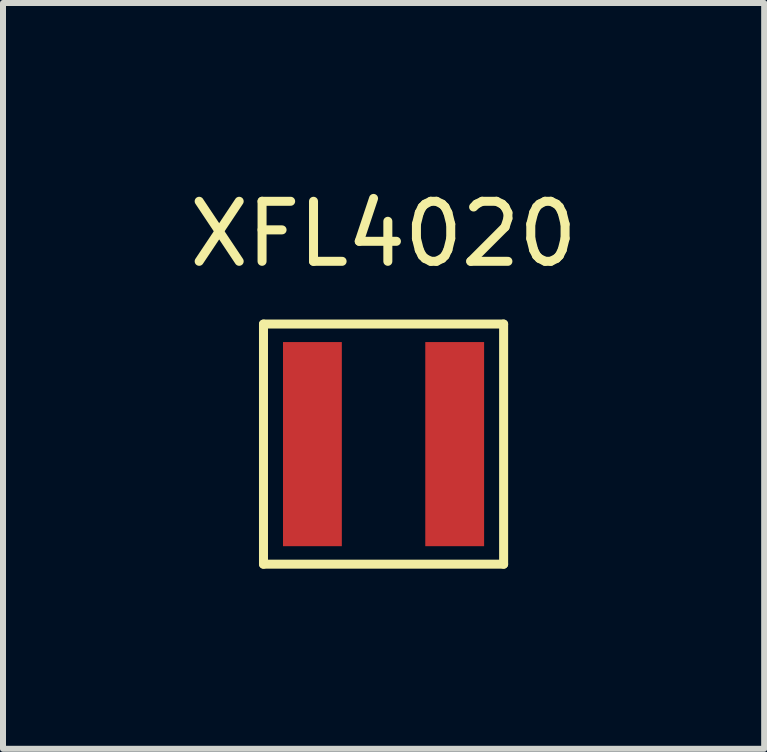
<source format=kicad_pcb>
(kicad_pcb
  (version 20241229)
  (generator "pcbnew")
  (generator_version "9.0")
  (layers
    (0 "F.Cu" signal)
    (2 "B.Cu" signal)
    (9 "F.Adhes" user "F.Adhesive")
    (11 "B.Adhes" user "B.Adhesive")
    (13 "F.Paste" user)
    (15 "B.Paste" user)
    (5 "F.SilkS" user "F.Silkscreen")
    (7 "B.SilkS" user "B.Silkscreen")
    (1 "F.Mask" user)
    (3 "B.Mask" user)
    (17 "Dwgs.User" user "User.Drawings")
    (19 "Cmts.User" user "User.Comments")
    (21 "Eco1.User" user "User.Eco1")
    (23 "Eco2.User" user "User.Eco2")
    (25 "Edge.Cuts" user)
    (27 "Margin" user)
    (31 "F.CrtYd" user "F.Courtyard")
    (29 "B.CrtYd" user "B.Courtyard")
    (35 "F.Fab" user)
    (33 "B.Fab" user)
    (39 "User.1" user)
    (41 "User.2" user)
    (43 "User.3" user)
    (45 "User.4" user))
  (footprint "XFL4020"
    (layer "F.Cu")
    (at 3.339 4.348)
    (property "Reference" "XFL4020" (at 0 -3.5 0) (layer "F.SilkS") (effects (font (size 1 1) (thickness 0.15))))
    (attr through_hole)
    (fp_line (start -2 -2) (end 2 -2) (stroke (width 0.15) (type solid)) (layer "F.SilkS"))
    (fp_line (start -2 2) (end -2 -2) (stroke (width 0.15) (type solid)) (layer "F.SilkS"))
    (fp_line (start 2 -2) (end 2 2) (stroke (width 0.15) (type solid)) (layer "F.SilkS"))
    (fp_line (start 2 2) (end -2 2) (stroke (width 0.15) (type solid)) (layer "F.SilkS"))
    (pad "1" smd rect (at 1.185 0) (size 0.98 3.4) (layers "F.Cu" "F.Mask" "F.Paste"))
    (pad "2" smd rect (at -1.185 0) (size 0.98 3.4) (layers "F.Cu" "F.Mask" "F.Paste")))
  (gr_rect
    (start -3 -3)
    (end 9.679 9.423)
    (stroke (width 0.1) (type default))
    (fill no)
    (layer "Edge.Cuts")))
</source>
